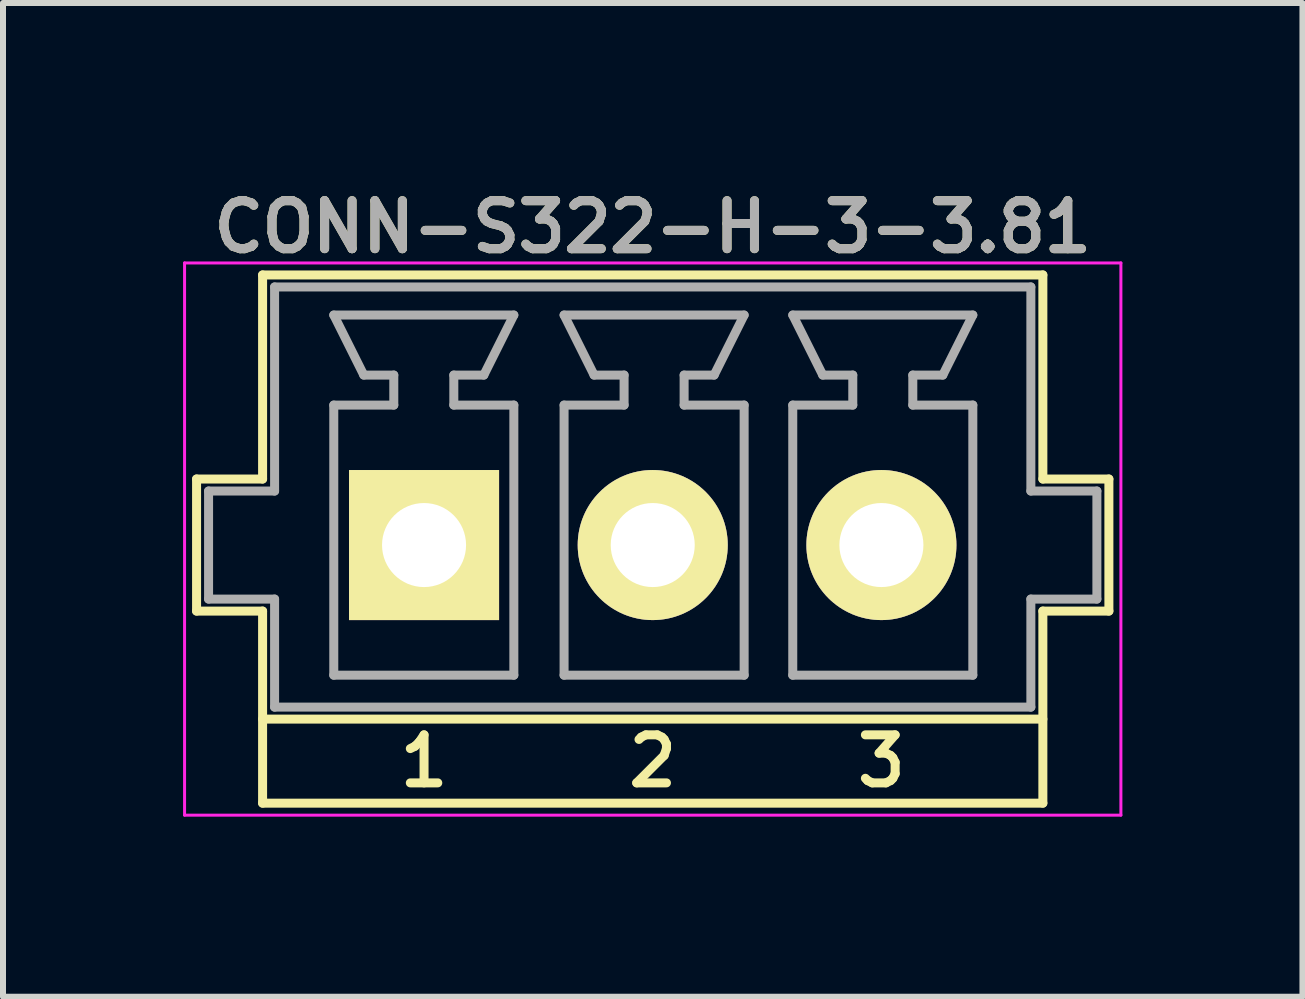
<source format=kicad_pcb>
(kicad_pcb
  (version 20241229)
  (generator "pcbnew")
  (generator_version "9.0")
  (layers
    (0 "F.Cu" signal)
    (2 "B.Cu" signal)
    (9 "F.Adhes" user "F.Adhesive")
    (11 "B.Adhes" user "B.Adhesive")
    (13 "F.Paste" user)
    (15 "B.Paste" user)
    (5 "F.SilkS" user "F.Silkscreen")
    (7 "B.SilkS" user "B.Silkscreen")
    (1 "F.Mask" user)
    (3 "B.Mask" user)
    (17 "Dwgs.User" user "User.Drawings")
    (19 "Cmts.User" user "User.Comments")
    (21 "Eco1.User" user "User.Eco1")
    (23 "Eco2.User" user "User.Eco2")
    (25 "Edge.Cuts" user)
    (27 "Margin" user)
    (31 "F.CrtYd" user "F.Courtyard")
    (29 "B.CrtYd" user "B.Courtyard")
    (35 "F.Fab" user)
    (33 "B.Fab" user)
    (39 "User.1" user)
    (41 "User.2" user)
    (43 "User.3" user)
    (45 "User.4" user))
  (footprint "CONN-S322-H-3-3.81"
    (layer "F.Cu")
    (at 7.825 5.231)
    (property "Reference" "CONN-S322-H-3-3.81" (at 0 -4.5 0) (layer "F.SilkS") (effects (font (size 0.8 0.8) (thickness 0.15))))
    (attr through_hole)
    (fp_line (start -7.6 -0.3) (end -7.6 1.9) (stroke (width 0.15) (type solid)) (layer "F.SilkS"))
    (fp_line (start -7.6 1.9) (end -6.5 1.9) (stroke (width 0.15) (type solid)) (layer "F.SilkS"))
    (fp_line (start -6.5 -3.7) (end -6.5 -0.3) (stroke (width 0.15) (type solid)) (layer "F.SilkS"))
    (fp_line (start -6.5 -3.7) (end 6.5 -3.7) (stroke (width 0.15) (type solid)) (layer "F.SilkS"))
    (fp_line (start -6.5 -0.3) (end -7.6 -0.3) (stroke (width 0.15) (type solid)) (layer "F.SilkS"))
    (fp_line (start -6.5 1.9) (end -6.5 5.1) (stroke (width 0.15) (type solid)) (layer "F.SilkS"))
    (fp_line (start -6.5 5.1) (end 6.5 5.1) (stroke (width 0.15) (type solid)) (layer "F.SilkS"))
    (fp_line (start 6.5 -3.7) (end 6.5 -0.3) (stroke (width 0.15) (type solid)) (layer "F.SilkS"))
    (fp_line (start 6.5 1.9) (end 6.5 5.1) (stroke (width 0.15) (type solid)) (layer "F.SilkS"))
    (fp_line (start 6.5 1.9) (end 7.6 1.9) (stroke (width 0.15) (type solid)) (layer "F.SilkS"))
    (fp_line (start 6.5 3.7) (end -6.5 3.7) (stroke (width 0.15) (type solid)) (layer "F.SilkS"))
    (fp_line (start 7.6 -0.3) (end 6.5 -0.3) (stroke (width 0.15) (type solid)) (layer "F.SilkS"))
    (fp_line (start 7.6 -0.3) (end 7.6 1.9) (stroke (width 0.15) (type solid)) (layer "F.SilkS"))
    (fp_line (start -7.8 -3.9) (end 7.8 -3.9) (stroke (width 0.05) (type solid)) (layer "F.CrtYd"))
    (fp_line (start -7.8 5.3) (end -7.8 -3.9) (stroke (width 0.05) (type solid)) (layer "F.CrtYd"))
    (fp_line (start 7.8 -3.9) (end 7.8 5.3) (stroke (width 0.05) (type solid)) (layer "F.CrtYd"))
    (fp_line (start 7.8 5.3) (end -7.8 5.3) (stroke (width 0.05) (type solid)) (layer "F.CrtYd"))
    (fp_line (start -7.4 -0.1) (end -7.4 1.7) (stroke (width 0.15) (type solid)) (layer "F.Fab"))
    (fp_line (start -7.4 1.7) (end -6.3 1.7) (stroke (width 0.15) (type solid)) (layer "F.Fab"))
    (fp_line (start -6.3 -3.5) (end -6.3 -0.1) (stroke (width 0.15) (type solid)) (layer "F.Fab"))
    (fp_line (start -6.3 -3.5) (end 6.3 -3.5) (stroke (width 0.15) (type solid)) (layer "F.Fab"))
    (fp_line (start -6.3 -0.1) (end -7.4 -0.1) (stroke (width 0.15) (type solid)) (layer "F.Fab"))
    (fp_line (start -6.3 1.7) (end -6.3 3.5) (stroke (width 0.15) (type solid)) (layer "F.Fab"))
    (fp_line (start -5.314 -3.032) (end -4.814 -2.032) (stroke (width 0.15) (type solid)) (layer "F.Fab"))
    (fp_line (start -5.314 -1.532) (end -4.314 -1.532) (stroke (width 0.15) (type solid)) (layer "F.Fab"))
    (fp_line (start -5.314 2.968) (end -5.314 -1.532) (stroke (width 0.15) (type solid)) (layer "F.Fab"))
    (fp_line (start -4.314 -2.032) (end -4.814 -2.032) (stroke (width 0.15) (type solid)) (layer "F.Fab"))
    (fp_line (start -4.314 -1.532) (end -4.314 -2.032) (stroke (width 0.15) (type solid)) (layer "F.Fab"))
    (fp_line (start -3.314 -2.032) (end -2.814 -2.032) (stroke (width 0.15) (type solid)) (layer "F.Fab"))
    (fp_line (start -3.314 -1.532) (end -3.314 -2.032) (stroke (width 0.15) (type solid)) (layer "F.Fab"))
    (fp_line (start -3.314 -1.532) (end -2.314 -1.532) (stroke (width 0.15) (type solid)) (layer "F.Fab"))
    (fp_line (start -2.814 -2.032) (end -2.314 -3.032) (stroke (width 0.15) (type solid)) (layer "F.Fab"))
    (fp_line (start -2.314 -3.032) (end -5.314 -3.032) (stroke (width 0.15) (type solid)) (layer "F.Fab"))
    (fp_line (start -2.314 2.968) (end -5.314 2.968) (stroke (width 0.15) (type solid)) (layer "F.Fab"))
    (fp_line (start -2.314 2.968) (end -2.314 -1.532) (stroke (width 0.15) (type solid)) (layer "F.Fab"))
    (fp_line (start -1.477 -3.032) (end -0.977 -2.032) (stroke (width 0.15) (type solid)) (layer "F.Fab"))
    (fp_line (start -1.477 -1.532) (end -0.477 -1.532) (stroke (width 0.15) (type solid)) (layer "F.Fab"))
    (fp_line (start -1.477 2.968) (end -1.477 -1.532) (stroke (width 0.15) (type solid)) (layer "F.Fab"))
    (fp_line (start -0.477 -2.032) (end -0.977 -2.032) (stroke (width 0.15) (type solid)) (layer "F.Fab"))
    (fp_line (start -0.477 -1.532) (end -0.477 -2.032) (stroke (width 0.15) (type solid)) (layer "F.Fab"))
    (fp_line (start 0.523 -2.032) (end 1.023 -2.032) (stroke (width 0.15) (type solid)) (layer "F.Fab"))
    (fp_line (start 0.523 -1.532) (end 0.523 -2.032) (stroke (width 0.15) (type solid)) (layer "F.Fab"))
    (fp_line (start 0.523 -1.532) (end 1.523 -1.532) (stroke (width 0.15) (type solid)) (layer "F.Fab"))
    (fp_line (start 1.023 -2.032) (end 1.523 -3.032) (stroke (width 0.15) (type solid)) (layer "F.Fab"))
    (fp_line (start 1.523 -3.032) (end -1.477 -3.032) (stroke (width 0.15) (type solid)) (layer "F.Fab"))
    (fp_line (start 1.523 2.968) (end -1.477 2.968) (stroke (width 0.15) (type solid)) (layer "F.Fab"))
    (fp_line (start 1.523 2.968) (end 1.523 -1.532) (stroke (width 0.15) (type solid)) (layer "F.Fab"))
    (fp_line (start 2.333 -3.032) (end 2.833 -2.032) (stroke (width 0.15) (type solid)) (layer "F.Fab"))
    (fp_line (start 2.333 -1.532) (end 3.333 -1.532) (stroke (width 0.15) (type solid)) (layer "F.Fab"))
    (fp_line (start 2.333 2.968) (end 2.333 -1.532) (stroke (width 0.15) (type solid)) (layer "F.Fab"))
    (fp_line (start 3.333 -2.032) (end 2.833 -2.032) (stroke (width 0.15) (type solid)) (layer "F.Fab"))
    (fp_line (start 3.333 -1.532) (end 3.333 -2.032) (stroke (width 0.15) (type solid)) (layer "F.Fab"))
    (fp_line (start 4.333 -2.032) (end 4.833 -2.032) (stroke (width 0.15) (type solid)) (layer "F.Fab"))
    (fp_line (start 4.333 -1.532) (end 4.333 -2.032) (stroke (width 0.15) (type solid)) (layer "F.Fab"))
    (fp_line (start 4.333 -1.532) (end 5.333 -1.532) (stroke (width 0.15) (type solid)) (layer "F.Fab"))
    (fp_line (start 4.833 -2.032) (end 5.333 -3.032) (stroke (width 0.15) (type solid)) (layer "F.Fab"))
    (fp_line (start 5.333 -3.032) (end 2.333 -3.032) (stroke (width 0.15) (type solid)) (layer "F.Fab"))
    (fp_line (start 5.333 2.968) (end 2.333 2.968) (stroke (width 0.15) (type solid)) (layer "F.Fab"))
    (fp_line (start 5.333 2.968) (end 5.333 -1.532) (stroke (width 0.15) (type solid)) (layer "F.Fab"))
    (fp_line (start 6.3 -0.1) (end 6.3 -3.5) (stroke (width 0.15) (type solid)) (layer "F.Fab"))
    (fp_line (start 6.3 1.7) (end 7.4 1.7) (stroke (width 0.15) (type solid)) (layer "F.Fab"))
    (fp_line (start 6.3 3.5) (end -6.3 3.5) (stroke (width 0.15) (type solid)) (layer "F.Fab"))
    (fp_line (start 6.3 3.5) (end 6.3 1.7) (stroke (width 0.15) (type solid)) (layer "F.Fab"))
    (fp_line (start 7.4 -0.1) (end 6.3 -0.1) (stroke (width 0.15) (type solid)) (layer "F.Fab"))
    (fp_line (start 7.4 1.7) (end 7.4 -0.1) (stroke (width 0.15) (type solid)) (layer "F.Fab"))
    (fp_text user "3" (at 3.81 4.4 0) (layer "F.SilkS") (effects (font (size 0.8 0.8) (thickness 0.15))))
    (fp_text user "2" (at 0 4.4 0) (layer "F.SilkS") (effects (font (size 0.8 0.8) (thickness 0.15))))
    (fp_text user "1" (at -3.81 4.4 0) (layer "F.SilkS") (effects (font (size 0.8 0.8) (thickness 0.15))))
    (fp_text user "${REFERENCE}" (at 0 -4.5 0) (layer "F.Fab") (effects (font (size 0.8 0.8) (thickness 0.15))))
    (pad "1" thru_hole rect (at -3.81 0.8 180) (size 2.5 2.5) (drill 1.4) (layers "*.Cu" "*.Mask" "F.SilkS"))
    (pad "2" thru_hole circle (at 0 0.8 180) (size 2.5 2.5) (drill 1.4) (layers "*.Cu" "*.Mask" "F.SilkS"))
    (pad "3" thru_hole circle (at 3.81 0.8 180) (size 2.5 2.5) (drill 1.4) (layers "*.Cu" "*.Mask" "F.SilkS")))
  (gr_rect
    (start -3 -3)
    (end 18.65 13.556)
    (stroke (width 0.1) (type default))
    (fill no)
    (layer "Edge.Cuts")))
</source>
